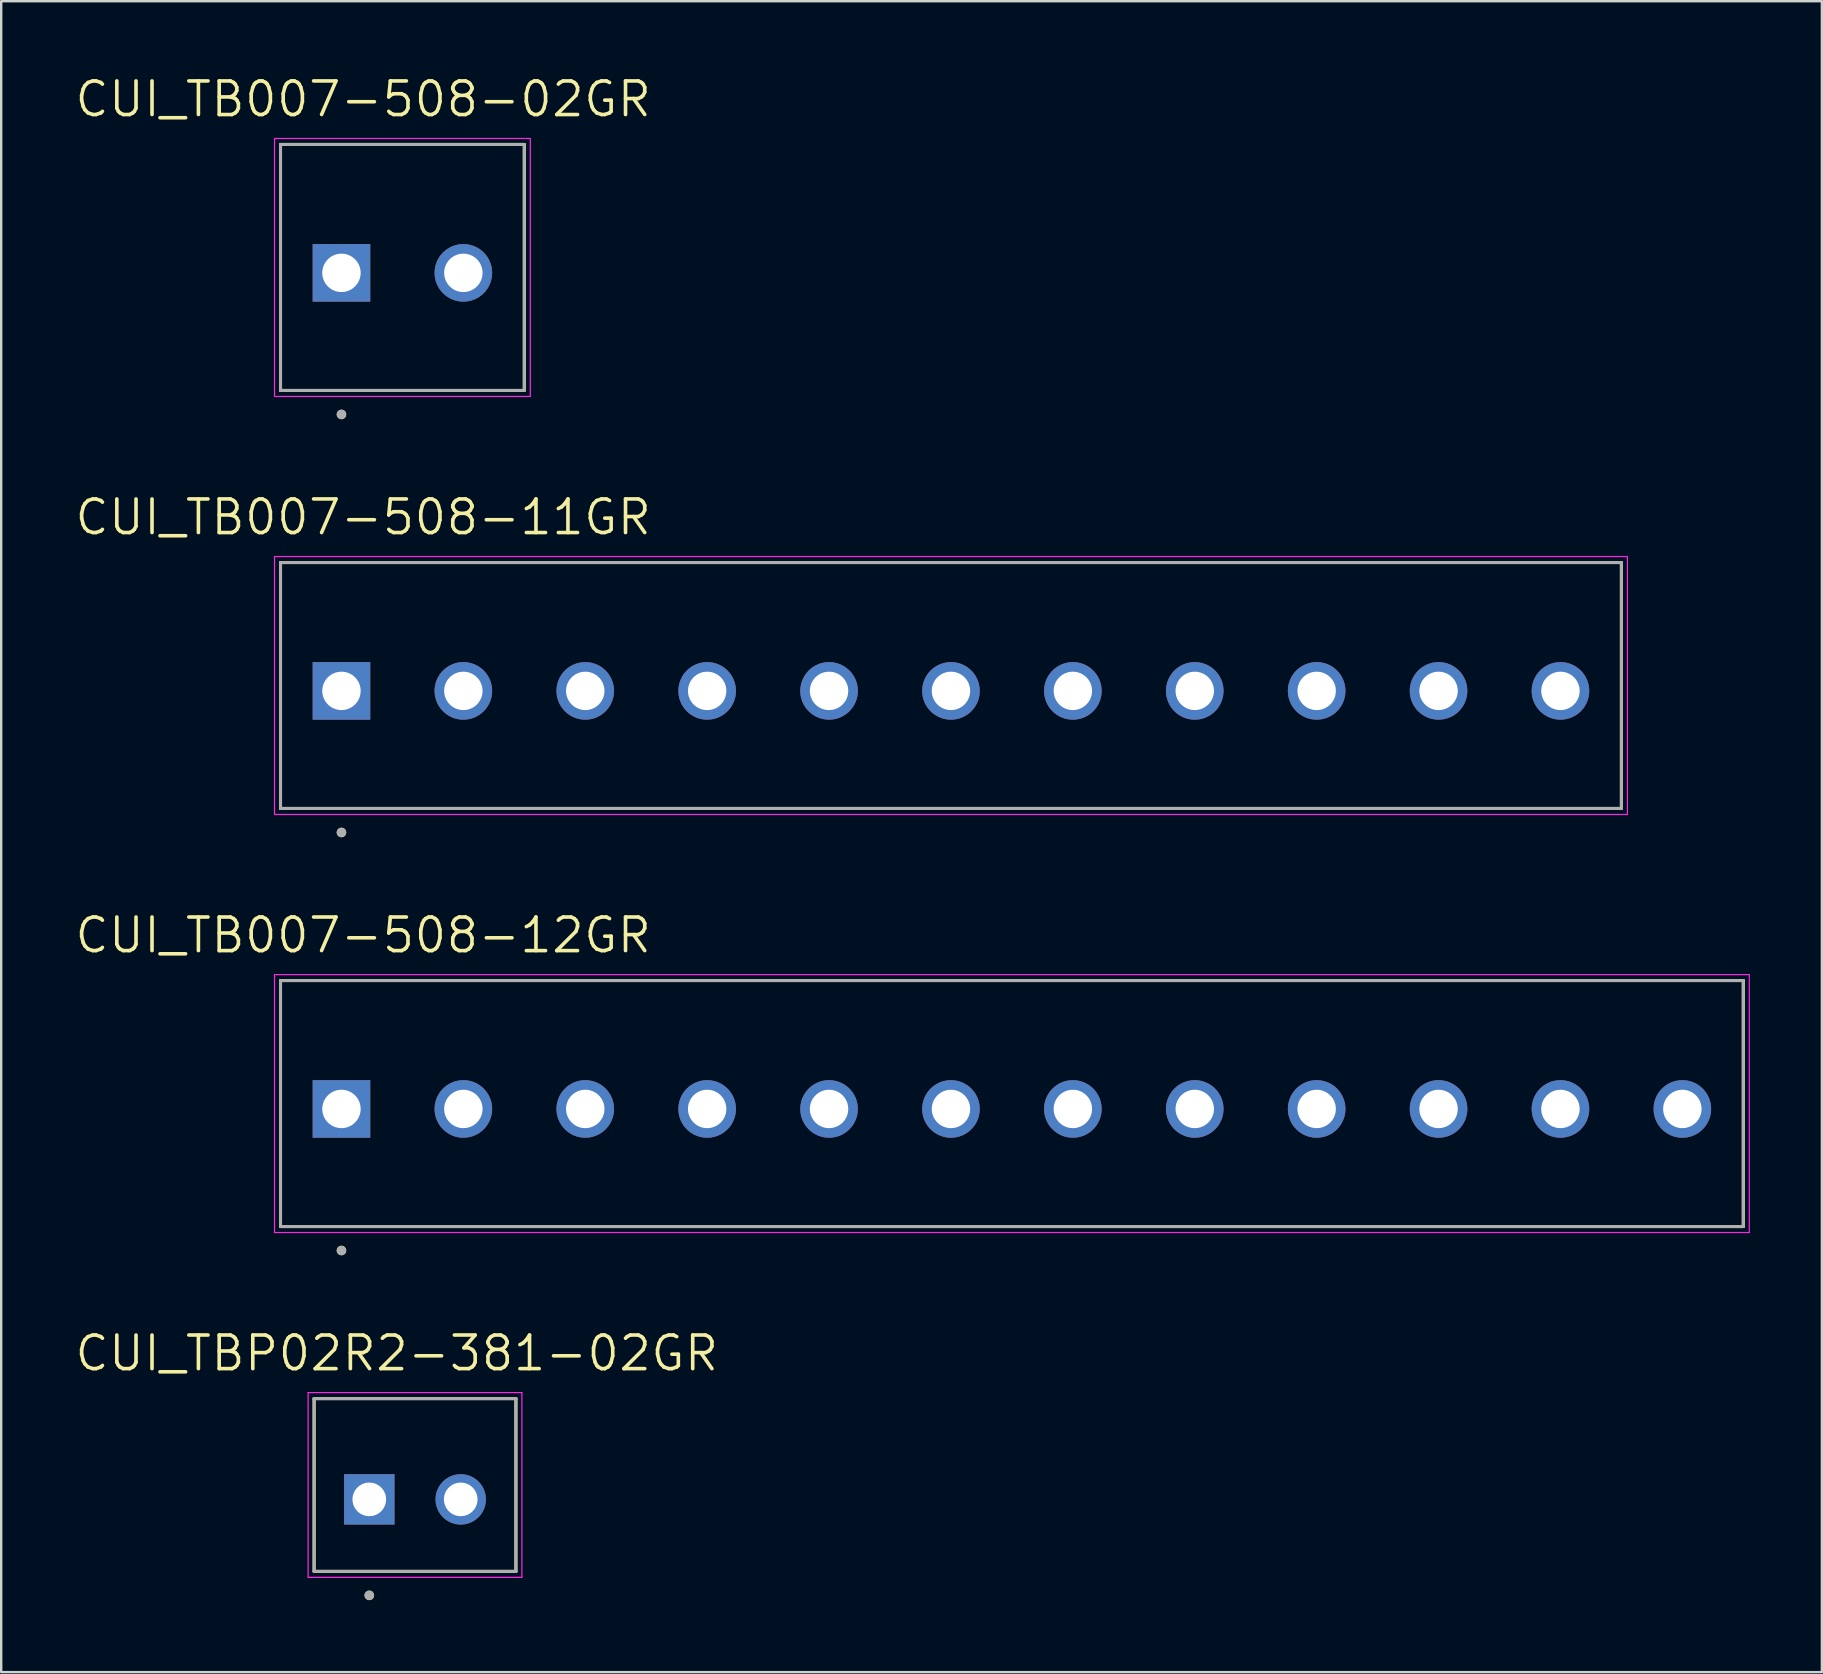
<source format=kicad_pcb>
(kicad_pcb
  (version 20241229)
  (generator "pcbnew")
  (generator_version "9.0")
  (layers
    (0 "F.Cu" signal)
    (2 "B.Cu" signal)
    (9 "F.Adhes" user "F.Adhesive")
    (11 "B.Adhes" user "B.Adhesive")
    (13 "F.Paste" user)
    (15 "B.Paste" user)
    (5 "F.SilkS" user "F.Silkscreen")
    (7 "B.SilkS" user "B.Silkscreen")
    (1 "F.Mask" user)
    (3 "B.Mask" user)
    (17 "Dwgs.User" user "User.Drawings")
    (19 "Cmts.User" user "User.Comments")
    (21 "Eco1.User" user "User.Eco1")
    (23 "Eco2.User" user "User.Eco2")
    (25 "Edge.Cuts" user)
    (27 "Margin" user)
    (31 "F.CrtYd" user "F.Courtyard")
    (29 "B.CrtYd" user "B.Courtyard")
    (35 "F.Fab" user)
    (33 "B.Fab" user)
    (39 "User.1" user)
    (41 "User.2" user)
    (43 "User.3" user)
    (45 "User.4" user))
  (footprint "CUI_TBP02R2-381-02GR"
    (layer "F.Cu")
    (at 12.34 59.435)
    (property "Reference" "CUI_TBP02R2-381-02GR" (at 1.145 -6.089 0) (layer "F.SilkS") (effects (font (size 1.4 1.4) (thickness 0.15))))
    (attr through_hole)
    (fp_line (start -2.3 -4.2) (end 6.11 -4.2) (stroke (width 0.127) (type solid)) (layer "F.SilkS"))
    (fp_line (start -2.3 3) (end -2.3 -4.2) (stroke (width 0.127) (type solid)) (layer "F.SilkS"))
    (fp_line (start 6.11 -4.2) (end 6.11 3) (stroke (width 0.127) (type solid)) (layer "F.SilkS"))
    (fp_line (start 6.11 3) (end -2.3 3) (stroke (width 0.127) (type solid)) (layer "F.SilkS"))
    (fp_circle (center 0 4) (end 0.1 4) (stroke (width 0.2) (type solid)) (fill no) (layer "F.SilkS"))
    (fp_line (start -2.55 -4.45) (end 6.36 -4.45) (stroke (width 0.05) (type solid)) (layer "F.CrtYd"))
    (fp_line (start -2.55 3.25) (end -2.55 -4.45) (stroke (width 0.05) (type solid)) (layer "F.CrtYd"))
    (fp_line (start 6.36 -4.45) (end 6.36 3.25) (stroke (width 0.05) (type solid)) (layer "F.CrtYd"))
    (fp_line (start 6.36 3.25) (end -2.55 3.25) (stroke (width 0.05) (type solid)) (layer "F.CrtYd"))
    (fp_line (start -2.3 -4.2) (end 6.11 -4.2) (stroke (width 0.127) (type solid)) (layer "F.Fab"))
    (fp_line (start -2.3 3) (end -2.3 -4.2) (stroke (width 0.127) (type solid)) (layer "F.Fab"))
    (fp_line (start 6.11 -4.2) (end 6.11 3) (stroke (width 0.127) (type solid)) (layer "F.Fab"))
    (fp_line (start 6.11 3) (end -2.3 3) (stroke (width 0.127) (type solid)) (layer "F.Fab"))
    (fp_circle (center 0 4) (end 0.1 4) (stroke (width 0.2) (type solid)) (fill no) (layer "F.Fab"))
    (pad "1" thru_hole rect (at 0 0) (size 2.1 2.1) (drill 1.4) (layers "*.Cu" "*.Mask"))
    (pad "2" thru_hole circle (at 3.81 0) (size 2.1 2.1) (drill 1.4) (layers "*.Cu" "*.Mask")))
  (footprint "CUI_TB007-508-02GR"
    (layer "F.Cu")
    (at 11.18 8.321)
    (property "Reference" "CUI_TB007-508-02GR" (at 0.905 -7.239 0) (layer "F.SilkS") (effects (font (size 1.4 1.4) (thickness 0.15))))
    (attr through_hole)
    (fp_line (start -2.54 -5.35) (end 7.62 -5.35) (stroke (width 0.127) (type solid)) (layer "F.SilkS"))
    (fp_line (start -2.54 4.9) (end -2.54 -5.35) (stroke (width 0.127) (type solid)) (layer "F.SilkS"))
    (fp_line (start 7.62 -5.35) (end 7.62 4.9) (stroke (width 0.127) (type solid)) (layer "F.SilkS"))
    (fp_line (start 7.62 4.9) (end -2.54 4.9) (stroke (width 0.127) (type solid)) (layer "F.SilkS"))
    (fp_circle (center 0 5.9) (end 0.1 5.9) (stroke (width 0.2) (type solid)) (fill no) (layer "F.SilkS"))
    (fp_line (start -2.79 -5.6) (end 7.87 -5.6) (stroke (width 0.05) (type solid)) (layer "F.CrtYd"))
    (fp_line (start -2.79 5.15) (end -2.79 -5.6) (stroke (width 0.05) (type solid)) (layer "F.CrtYd"))
    (fp_line (start 7.87 -5.6) (end 7.87 5.15) (stroke (width 0.05) (type solid)) (layer "F.CrtYd"))
    (fp_line (start 7.87 5.15) (end -2.79 5.15) (stroke (width 0.05) (type solid)) (layer "F.CrtYd"))
    (fp_line (start -2.54 -5.35) (end 7.62 -5.35) (stroke (width 0.127) (type solid)) (layer "F.Fab"))
    (fp_line (start -2.54 4.9) (end -2.54 -5.35) (stroke (width 0.127) (type solid)) (layer "F.Fab"))
    (fp_line (start 7.62 -5.35) (end 7.62 4.9) (stroke (width 0.127) (type solid)) (layer "F.Fab"))
    (fp_line (start 7.62 4.9) (end -2.54 4.9) (stroke (width 0.127) (type solid)) (layer "F.Fab"))
    (fp_circle (center 0 5.9) (end 0.1 5.9) (stroke (width 0.2) (type solid)) (fill no) (layer "F.Fab"))
    (pad "1" thru_hole rect (at 0 0) (size 2.4 2.4) (drill 1.6) (layers "*.Cu" "*.Mask"))
    (pad "2" thru_hole circle (at 5.08 0) (size 2.4 2.4) (drill 1.6) (layers "*.Cu" "*.Mask")))
  (footprint "CUI_TB007-508-12GR"
    (layer "F.Cu")
    (at 11.18 43.164)
    (property "Reference" "CUI_TB007-508-12GR" (at 0.905 -7.239 0) (layer "F.SilkS") (effects (font (size 1.4 1.4) (thickness 0.15))))
    (attr through_hole)
    (fp_line (start -2.54 -5.35) (end 58.42 -5.35) (stroke (width 0.127) (type solid)) (layer "F.SilkS"))
    (fp_line (start -2.54 4.9) (end -2.54 -5.35) (stroke (width 0.127) (type solid)) (layer "F.SilkS"))
    (fp_line (start 58.42 -5.35) (end 58.42 4.9) (stroke (width 0.127) (type solid)) (layer "F.SilkS"))
    (fp_line (start 58.42 4.9) (end -2.54 4.9) (stroke (width 0.127) (type solid)) (layer "F.SilkS"))
    (fp_circle (center 0 5.9) (end 0.1 5.9) (stroke (width 0.2) (type solid)) (fill no) (layer "F.SilkS"))
    (fp_line (start -2.79 -5.6) (end 58.67 -5.6) (stroke (width 0.05) (type solid)) (layer "F.CrtYd"))
    (fp_line (start -2.79 5.15) (end -2.79 -5.6) (stroke (width 0.05) (type solid)) (layer "F.CrtYd"))
    (fp_line (start 58.67 -5.6) (end 58.67 5.15) (stroke (width 0.05) (type solid)) (layer "F.CrtYd"))
    (fp_line (start 58.67 5.15) (end -2.79 5.15) (stroke (width 0.05) (type solid)) (layer "F.CrtYd"))
    (fp_line (start -2.54 -5.35) (end 58.42 -5.35) (stroke (width 0.127) (type solid)) (layer "F.Fab"))
    (fp_line (start -2.54 4.9) (end -2.54 -5.35) (stroke (width 0.127) (type solid)) (layer "F.Fab"))
    (fp_line (start 58.42 -5.35) (end 58.42 4.9) (stroke (width 0.127) (type solid)) (layer "F.Fab"))
    (fp_line (start 58.42 4.9) (end -2.54 4.9) (stroke (width 0.127) (type solid)) (layer "F.Fab"))
    (fp_circle (center 0 5.9) (end 0.1 5.9) (stroke (width 0.2) (type solid)) (fill no) (layer "F.Fab"))
    (pad "1" thru_hole rect (at 0 0) (size 2.4 2.4) (drill 1.6) (layers "*.Cu" "*.Mask"))
    (pad "2" thru_hole circle (at 5.08 0) (size 2.4 2.4) (drill 1.6) (layers "*.Cu" "*.Mask"))
    (pad "3" thru_hole circle (at 10.16 0) (size 2.4 2.4) (drill 1.6) (layers "*.Cu" "*.Mask"))
    (pad "4" thru_hole circle (at 15.24 0) (size 2.4 2.4) (drill 1.6) (layers "*.Cu" "*.Mask"))
    (pad "5" thru_hole circle (at 20.32 0) (size 2.4 2.4) (drill 1.6) (layers "*.Cu" "*.Mask"))
    (pad "6" thru_hole circle (at 25.4 0) (size 2.4 2.4) (drill 1.6) (layers "*.Cu" "*.Mask"))
    (pad "7" thru_hole circle (at 30.48 0) (size 2.4 2.4) (drill 1.6) (layers "*.Cu" "*.Mask"))
    (pad "8" thru_hole circle (at 35.56 0) (size 2.4 2.4) (drill 1.6) (layers "*.Cu" "*.Mask"))
    (pad "9" thru_hole circle (at 40.64 0) (size 2.4 2.4) (drill 1.6) (layers "*.Cu" "*.Mask"))
    (pad "10" thru_hole circle (at 45.72 0) (size 2.4 2.4) (drill 1.6) (layers "*.Cu" "*.Mask"))
    (pad "11" thru_hole circle (at 50.8 0) (size 2.4 2.4) (drill 1.6) (layers "*.Cu" "*.Mask"))
    (pad "12" thru_hole circle (at 55.88 0) (size 2.4 2.4) (drill 1.6) (layers "*.Cu" "*.Mask")))
  (footprint "CUI_TB007-508-11GR"
    (layer "F.Cu")
    (at 11.18 25.742)
    (property "Reference" "CUI_TB007-508-11GR" (at 0.905 -7.239 0) (layer "F.SilkS") (effects (font (size 1.4 1.4) (thickness 0.15))))
    (attr through_hole)
    (fp_line (start -2.54 -5.35) (end 53.34 -5.35) (stroke (width 0.127) (type solid)) (layer "F.SilkS"))
    (fp_line (start -2.54 4.9) (end -2.54 -5.35) (stroke (width 0.127) (type solid)) (layer "F.SilkS"))
    (fp_line (start 53.34 -5.35) (end 53.34 4.9) (stroke (width 0.127) (type solid)) (layer "F.SilkS"))
    (fp_line (start 53.34 4.9) (end -2.54 4.9) (stroke (width 0.127) (type solid)) (layer "F.SilkS"))
    (fp_circle (center 0 5.9) (end 0.1 5.9) (stroke (width 0.2) (type solid)) (fill no) (layer "F.SilkS"))
    (fp_line (start -2.79 -5.6) (end 53.59 -5.6) (stroke (width 0.05) (type solid)) (layer "F.CrtYd"))
    (fp_line (start -2.79 5.15) (end -2.79 -5.6) (stroke (width 0.05) (type solid)) (layer "F.CrtYd"))
    (fp_line (start 53.59 -5.6) (end 53.59 5.15) (stroke (width 0.05) (type solid)) (layer "F.CrtYd"))
    (fp_line (start 53.59 5.15) (end -2.79 5.15) (stroke (width 0.05) (type solid)) (layer "F.CrtYd"))
    (fp_line (start -2.54 -5.35) (end 53.34 -5.35) (stroke (width 0.127) (type solid)) (layer "F.Fab"))
    (fp_line (start -2.54 4.9) (end -2.54 -5.35) (stroke (width 0.127) (type solid)) (layer "F.Fab"))
    (fp_line (start 53.34 -5.35) (end 53.34 4.9) (stroke (width 0.127) (type solid)) (layer "F.Fab"))
    (fp_line (start 53.34 4.9) (end -2.54 4.9) (stroke (width 0.127) (type solid)) (layer "F.Fab"))
    (fp_circle (center 0 5.9) (end 0.1 5.9) (stroke (width 0.2) (type solid)) (fill no) (layer "F.Fab"))
    (pad "1" thru_hole rect (at 0 0) (size 2.4 2.4) (drill 1.6) (layers "*.Cu" "*.Mask"))
    (pad "2" thru_hole circle (at 5.08 0) (size 2.4 2.4) (drill 1.6) (layers "*.Cu" "*.Mask"))
    (pad "3" thru_hole circle (at 10.16 0) (size 2.4 2.4) (drill 1.6) (layers "*.Cu" "*.Mask"))
    (pad "4" thru_hole circle (at 15.24 0) (size 2.4 2.4) (drill 1.6) (layers "*.Cu" "*.Mask"))
    (pad "5" thru_hole circle (at 20.32 0) (size 2.4 2.4) (drill 1.6) (layers "*.Cu" "*.Mask"))
    (pad "6" thru_hole circle (at 25.4 0) (size 2.4 2.4) (drill 1.6) (layers "*.Cu" "*.Mask"))
    (pad "7" thru_hole circle (at 30.48 0) (size 2.4 2.4) (drill 1.6) (layers "*.Cu" "*.Mask"))
    (pad "8" thru_hole circle (at 35.56 0) (size 2.4 2.4) (drill 1.6) (layers "*.Cu" "*.Mask"))
    (pad "9" thru_hole circle (at 40.64 0) (size 2.4 2.4) (drill 1.6) (layers "*.Cu" "*.Mask"))
    (pad "10" thru_hole circle (at 45.72 0) (size 2.4 2.4) (drill 1.6) (layers "*.Cu" "*.Mask"))
    (pad "11" thru_hole circle (at 50.8 0) (size 2.4 2.4) (drill 1.6) (layers "*.Cu" "*.Mask")))
  (gr_rect
    (start -3 -3)
    (end 72.875 66.635)
    (stroke (width 0.1) (type default))
    (fill no)
    (layer "Edge.Cuts")))
</source>
